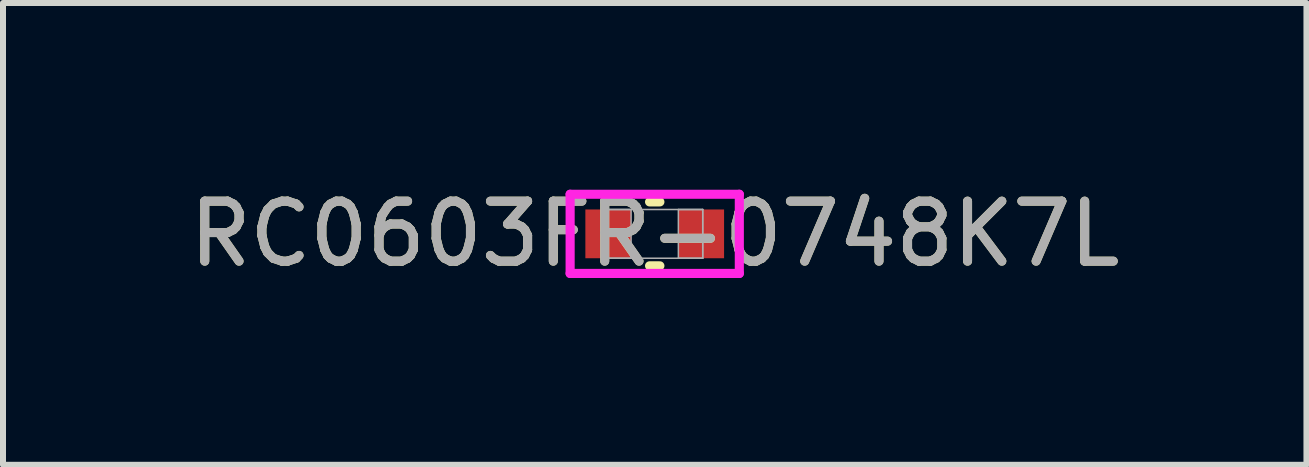
<source format=kicad_pcb>
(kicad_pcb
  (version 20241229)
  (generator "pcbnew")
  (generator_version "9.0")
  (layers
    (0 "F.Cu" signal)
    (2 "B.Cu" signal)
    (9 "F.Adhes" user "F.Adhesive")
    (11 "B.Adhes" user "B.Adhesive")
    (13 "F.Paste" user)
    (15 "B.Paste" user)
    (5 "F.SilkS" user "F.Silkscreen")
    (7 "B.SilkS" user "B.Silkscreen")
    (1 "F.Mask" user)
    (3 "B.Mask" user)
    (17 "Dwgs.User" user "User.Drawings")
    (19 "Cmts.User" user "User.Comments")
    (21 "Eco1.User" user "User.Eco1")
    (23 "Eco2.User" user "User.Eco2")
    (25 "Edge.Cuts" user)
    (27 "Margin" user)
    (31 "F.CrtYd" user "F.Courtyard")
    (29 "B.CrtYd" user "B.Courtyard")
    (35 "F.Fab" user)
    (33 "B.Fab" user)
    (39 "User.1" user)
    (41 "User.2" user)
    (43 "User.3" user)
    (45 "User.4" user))
  (footprint "RC0603FR-0748K7L"
    (layer "F.Cu")
    (at 7.863 0.848)
    (property "Reference" "RC0603FR-0748K7L" (at 0 0 0) (unlocked yes) (layer "F.SilkS") (effects (font (size 1 1) (thickness 0.15))))
    (attr smd)
    (fp_line (start -0.086 0.533) (end 0.086 0.533) (stroke (width 0.152) (type solid)) (layer "F.SilkS"))
    (fp_line (start 0.086 -0.533) (end -0.086 -0.533) (stroke (width 0.152) (type solid)) (layer "F.SilkS"))
    (fp_line (start -1.41 -0.66) (end 1.41 -0.66) (stroke (width 0.152) (type solid)) (layer "F.CrtYd"))
    (fp_line (start -1.41 0.66) (end -1.41 -0.66) (stroke (width 0.152) (type solid)) (layer "F.CrtYd"))
    (fp_line (start 1.41 -0.66) (end 1.41 0.66) (stroke (width 0.152) (type solid)) (layer "F.CrtYd"))
    (fp_line (start 1.41 0.66) (end -1.41 0.66) (stroke (width 0.152) (type solid)) (layer "F.CrtYd"))
    (fp_line (start -0.8 -0.406) (end -0.8 0.406) (stroke (width 0.025) (type solid)) (layer "F.Fab"))
    (fp_line (start -0.8 -0.406) (end -0.8 0.406) (stroke (width 0.025) (type solid)) (layer "F.Fab"))
    (fp_line (start -0.8 0.406) (end -0.394 0.406) (stroke (width 0.025) (type solid)) (layer "F.Fab"))
    (fp_line (start -0.8 0.406) (end 0.8 0.406) (stroke (width 0.025) (type solid)) (layer "F.Fab"))
    (fp_line (start -0.394 -0.406) (end -0.8 -0.406) (stroke (width 0.025) (type solid)) (layer "F.Fab"))
    (fp_line (start -0.394 0.406) (end -0.394 -0.406) (stroke (width 0.025) (type solid)) (layer "F.Fab"))
    (fp_line (start 0.394 -0.406) (end 0.394 0.406) (stroke (width 0.025) (type solid)) (layer "F.Fab"))
    (fp_line (start 0.394 0.406) (end 0.8 0.406) (stroke (width 0.025) (type solid)) (layer "F.Fab"))
    (fp_line (start 0.8 -0.406) (end -0.8 -0.406) (stroke (width 0.025) (type solid)) (layer "F.Fab"))
    (fp_line (start 0.8 -0.406) (end 0.394 -0.406) (stroke (width 0.025) (type solid)) (layer "F.Fab"))
    (fp_line (start 0.8 0.406) (end 0.8 -0.406) (stroke (width 0.025) (type solid)) (layer "F.Fab"))
    (fp_line (start 0.8 0.406) (end 0.8 -0.406) (stroke (width 0.025) (type solid)) (layer "F.Fab"))
    (fp_text user "${REFERENCE}" (at 0 0 0) (unlocked yes) (layer "F.Fab") (effects (font (size 1 1) (thickness 0.15))))
    (pad "1" smd rect (at -0.775 0) (size 0.762 0.813) (layers "F.Cu" "F.Mask" "F.Paste"))
    (pad "2" smd rect (at 0.775 0) (size 0.762 0.813) (layers "F.Cu" "F.Mask" "F.Paste"))
    (zone (net_name "") (layer "F.Cu") (hatch full 0.508) (connect_pads) (min_thickness 0.254) (filled_areas_thickness no) (keepout (tracks not_allowed) (vias not_allowed) (pads allowed) (copperpour not_allowed) (footprints allowed)) (placement (enabled no)) (fill) (polygon (pts (xy 7.52 0.493) (xy 8.206 0.493) (xy 8.206 1.204) (xy 7.52 1.204)))))
  (gr_rect
    (start -3 -3)
    (end 18.726 4.697)
    (stroke (width 0.1) (type default))
    (fill no)
    (layer "Edge.Cuts")))
</source>
